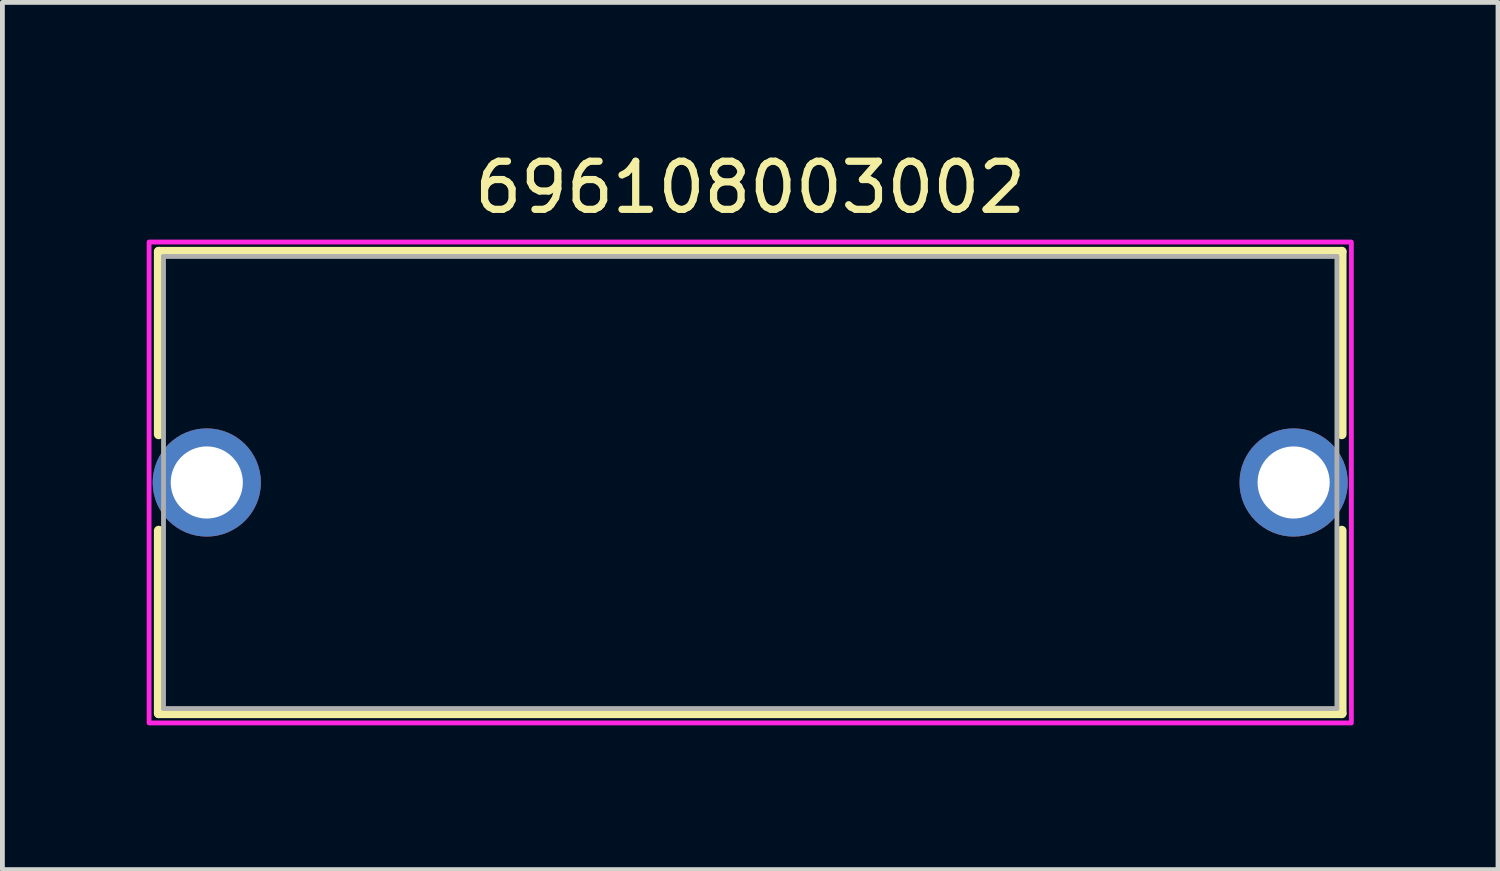
<source format=kicad_pcb>
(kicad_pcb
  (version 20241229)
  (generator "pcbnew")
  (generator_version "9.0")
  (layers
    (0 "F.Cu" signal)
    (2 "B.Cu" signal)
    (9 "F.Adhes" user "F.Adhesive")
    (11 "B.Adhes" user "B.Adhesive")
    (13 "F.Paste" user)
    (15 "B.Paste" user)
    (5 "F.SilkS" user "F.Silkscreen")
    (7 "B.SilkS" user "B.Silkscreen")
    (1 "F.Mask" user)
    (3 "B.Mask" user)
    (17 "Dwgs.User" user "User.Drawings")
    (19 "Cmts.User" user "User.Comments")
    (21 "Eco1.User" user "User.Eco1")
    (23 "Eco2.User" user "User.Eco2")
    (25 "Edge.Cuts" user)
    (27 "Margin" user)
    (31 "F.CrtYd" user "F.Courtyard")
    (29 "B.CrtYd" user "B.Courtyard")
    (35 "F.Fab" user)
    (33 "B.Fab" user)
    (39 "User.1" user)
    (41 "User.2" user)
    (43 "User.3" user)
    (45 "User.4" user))
  (footprint "696108003002"
    (layer "F.Cu")
    (at 12.55 6.983)
    (property "Reference" "696108003002" (at 0 -6.135 0) (layer "F.SilkS") (effects (font (size 1 1) (thickness 0.15))))
    (attr through_hole)
    (fp_line (start -12.3 -4.8) (end -12.3 -1) (stroke (width 0.2) (type solid)) (layer "F.SilkS"))
    (fp_line (start -12.3 -4.8) (end 12.3 -4.8) (stroke (width 0.2) (type solid)) (layer "F.SilkS"))
    (fp_line (start -12.3 4.8) (end -12.3 1) (stroke (width 0.2) (type solid)) (layer "F.SilkS"))
    (fp_line (start 12.3 -4.8) (end 12.3 -1) (stroke (width 0.2) (type solid)) (layer "F.SilkS"))
    (fp_line (start 12.3 4.8) (end -12.3 4.8) (stroke (width 0.2) (type solid)) (layer "F.SilkS"))
    (fp_line (start 12.3 4.8) (end 12.3 1) (stroke (width 0.2) (type solid)) (layer "F.SilkS"))
    (fp_poly (pts (xy -12.5 -5) (xy 12.5 -5) (xy 12.5 5) (xy -12.5 5)) (stroke (width 0.1) (type solid)) (fill no) (layer "F.CrtYd"))
    (fp_line (start -12.2 -4.7) (end 12.2 -4.7) (stroke (width 0.1) (type solid)) (layer "F.Fab"))
    (fp_line (start -12.2 4.7) (end -12.2 -4.7) (stroke (width 0.1) (type solid)) (layer "F.Fab"))
    (fp_line (start 12.2 -4.7) (end 12.2 4.7) (stroke (width 0.1) (type solid)) (layer "F.Fab"))
    (fp_line (start 12.2 4.7) (end -12.2 4.7) (stroke (width 0.1) (type solid)) (layer "F.Fab"))
    (pad "1" thru_hole circle (at -11.3 0) (size 2.25 2.25) (drill 1.5) (layers "*.Cu" "*.Mask"))
    (pad "2" thru_hole circle (at 11.3 0) (size 2.25 2.25) (drill 1.5) (layers "*.Cu" "*.Mask")))
  (gr_rect
    (start -3 -3)
    (end 28.1 15.033)
    (stroke (width 0.1) (type default))
    (fill no)
    (layer "Edge.Cuts")))
</source>
